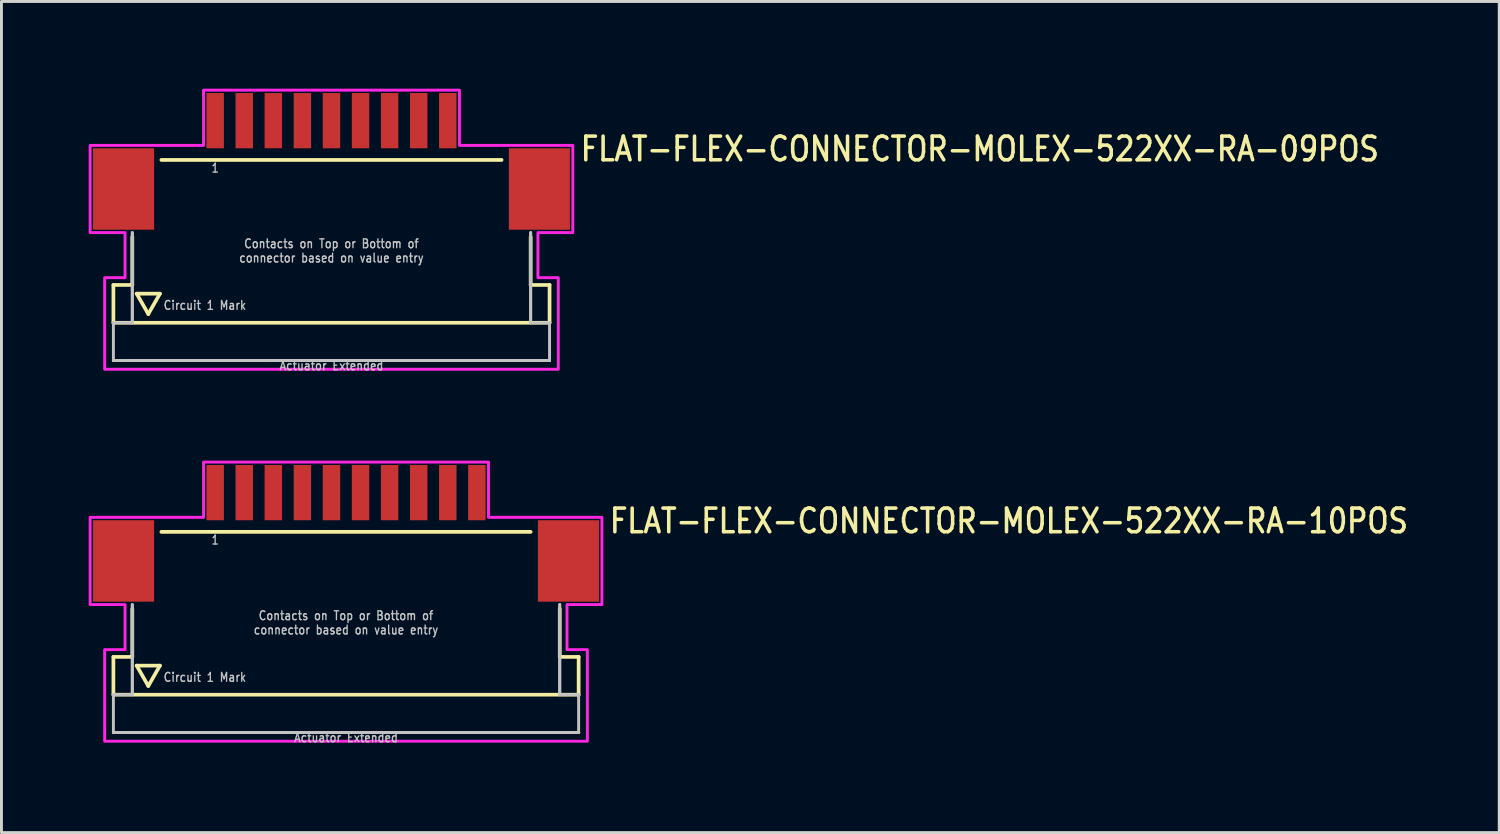
<source format=kicad_pcb>
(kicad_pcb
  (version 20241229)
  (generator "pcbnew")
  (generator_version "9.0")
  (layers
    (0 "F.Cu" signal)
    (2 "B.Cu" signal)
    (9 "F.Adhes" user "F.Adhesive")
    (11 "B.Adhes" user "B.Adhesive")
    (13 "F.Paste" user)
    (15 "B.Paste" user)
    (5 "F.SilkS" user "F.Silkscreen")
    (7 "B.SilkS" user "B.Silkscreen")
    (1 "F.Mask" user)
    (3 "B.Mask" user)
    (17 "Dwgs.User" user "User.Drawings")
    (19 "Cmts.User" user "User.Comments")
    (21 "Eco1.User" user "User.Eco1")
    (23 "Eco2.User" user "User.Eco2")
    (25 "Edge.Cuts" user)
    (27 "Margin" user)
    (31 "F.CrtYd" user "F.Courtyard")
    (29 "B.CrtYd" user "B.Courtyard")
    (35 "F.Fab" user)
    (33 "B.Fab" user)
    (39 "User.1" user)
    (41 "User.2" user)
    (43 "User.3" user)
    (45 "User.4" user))
  (footprint "FLAT-FLEX-CONNECTOR-MOLEX-522XX-RA-09POS"
    (layer "F.Cu")
    (at 8.35 2.05)
    (property "Reference" "FLAT-FLEX-CONNECTOR-MOLEX-522XX-RA-09POS" (at 8.5 0.5 0) (unlocked yes) (layer "F.SilkS") (effects (font (size 0.813 0.695) (thickness 0.122)) (justify left bottom)))
    (fp_line (start -7.5 4.7) (end -7.5 6) (stroke (width 0.127) (type solid)) (layer "F.SilkS"))
    (fp_line (start -7.5 6) (end 7.5 6) (stroke (width 0.127) (type solid)) (layer "F.SilkS"))
    (fp_line (start -6.85 3.05) (end -6.85 4.7) (stroke (width 0.127) (type solid)) (layer "F.SilkS"))
    (fp_line (start -6.85 4.7) (end -7.5 4.7) (stroke (width 0.127) (type solid)) (layer "F.SilkS"))
    (fp_line (start -6.7 5) (end -5.9 5) (stroke (width 0.127) (type solid)) (layer "F.SilkS"))
    (fp_line (start -6.3 5.7) (end -6.7 5) (stroke (width 0.127) (type solid)) (layer "F.SilkS"))
    (fp_line (start -5.9 5) (end -6.3 5.7) (stroke (width 0.127) (type solid)) (layer "F.SilkS"))
    (fp_line (start -5.85 0.4) (end 5.85 0.4) (stroke (width 0.127) (type solid)) (layer "F.SilkS"))
    (fp_line (start 6.85 3.05) (end 6.85 4.7) (stroke (width 0.127) (type solid)) (layer "F.SilkS"))
    (fp_line (start 7.5 4.7) (end 6.85 4.7) (stroke (width 0.127) (type solid)) (layer "F.SilkS"))
    (fp_line (start 7.5 6) (end 7.5 4.7) (stroke (width 0.127) (type solid)) (layer "F.SilkS"))
    (fp_line (start -7.5 6) (end -7.5 7.3) (stroke (width 0.1) (type solid)) (layer "Dwgs.User"))
    (fp_line (start -7.5 7.3) (end 7.5 7.3) (stroke (width 0.1) (type solid)) (layer "Dwgs.User"))
    (fp_line (start -7.5 7.3) (end 7.5 7.3) (stroke (width 0.1) (type solid)) (layer "Dwgs.User"))
    (fp_line (start -7.5 7.3) (end 7.5 7.3) (stroke (width 0.1) (type solid)) (layer "Dwgs.User"))
    (fp_line (start -7.5 7.3) (end 7.5 7.3) (stroke (width 0.1) (type solid)) (layer "Dwgs.User"))
    (fp_line (start -7.5 7.3) (end 7.5 7.3) (stroke (width 0.1) (type solid)) (layer "Dwgs.User"))
    (fp_line (start -7.5 7.3) (end 7.5 7.3) (stroke (width 0.1) (type solid)) (layer "Dwgs.User"))
    (fp_line (start -7.5 7.3) (end 7.5 7.3) (stroke (width 0.1) (type solid)) (layer "Dwgs.User"))
    (fp_line (start -7.5 7.3) (end 7.5 7.3) (stroke (width 0.1) (type solid)) (layer "Dwgs.User"))
    (fp_line (start -6.85 2.9) (end -6.85 6) (stroke (width 0.1) (type solid)) (layer "Dwgs.User"))
    (fp_line (start -6.85 2.9) (end -6.85 6) (stroke (width 0.1) (type solid)) (layer "Dwgs.User"))
    (fp_line (start -6.85 6) (end -7.5 6) (stroke (width 0.1) (type solid)) (layer "Dwgs.User"))
    (fp_line (start 6.85 2.9) (end 6.85 6) (stroke (width 0.1) (type solid)) (layer "Dwgs.User"))
    (fp_line (start 6.85 2.9) (end 6.85 6) (stroke (width 0.1) (type solid)) (layer "Dwgs.User"))
    (fp_line (start 7.5 6) (end 6.85 6) (stroke (width 0.1) (type solid)) (layer "Dwgs.User"))
    (fp_line (start 7.5 7.3) (end 7.5 6) (stroke (width 0.1) (type solid)) (layer "Dwgs.User"))
    (fp_poly (pts (xy -8.3 2.9) (xy -8.3 -0.1) (xy -4.4 -0.1) (xy -4.4 -2) (xy 4.4 -2) (xy 4.4 -0.1) (xy 8.3 -0.1) (xy 8.3 2.9) (xy 7.1 2.9) (xy 7.1 4.45) (xy 7.8 4.45) (xy 7.8 7.6) (xy -7.8 7.6) (xy -7.8 4.45) (xy -7.1 4.45) (xy -7.1 2.9)) (stroke (width 0.1) (type solid)) (fill no) (layer "F.CrtYd"))
    (fp_text user "1" (at -4 0.5 0) (unlocked yes) (layer "Dwgs.User") (effects (font (size 0.305 0.261) (thickness 0.046)) (justify top)))
    (fp_text user "Actuator Extended" (at 0 7.3 0) (unlocked yes) (layer "Dwgs.User") (effects (font (size 0.305 0.261) (thickness 0.046)) (justify top)))
    (fp_text user "Contacts on Top or Bottom of\nconnector based on value entry" (at 0 3.95 0) (unlocked yes) (layer "Dwgs.User") (effects (font (size 0.305 0.261) (thickness 0.046)) (justify bottom)))
    (fp_text user "Circuit 1 Mark" (at -5.8 5.4 0) (unlocked yes) (layer "Dwgs.User") (effects (font (size 0.305 0.261) (thickness 0.046)) (justify left)))
    (pad "1" smd rect (at -4 -0.95) (size 0.6 1.9) (layers "F.Cu" "F.Mask" "F.Paste"))
    (pad "2" smd rect (at -3 -0.95) (size 0.6 1.9) (layers "F.Cu" "F.Mask" "F.Paste"))
    (pad "3" smd rect (at -2 -0.95) (size 0.6 1.9) (layers "F.Cu" "F.Mask" "F.Paste"))
    (pad "4" smd rect (at -1 -0.95) (size 0.6 1.9) (layers "F.Cu" "F.Mask" "F.Paste"))
    (pad "5" smd rect (at 0 -0.95) (size 0.6 1.9) (layers "F.Cu" "F.Mask" "F.Paste"))
    (pad "6" smd rect (at 1 -0.95) (size 0.6 1.9) (layers "F.Cu" "F.Mask" "F.Paste"))
    (pad "7" smd rect (at 2 -0.95) (size 0.6 1.9) (layers "F.Cu" "F.Mask" "F.Paste"))
    (pad "8" smd rect (at 3 -0.95) (size 0.6 1.9) (layers "F.Cu" "F.Mask" "F.Paste"))
    (pad "9" smd rect (at 4 -0.95) (size 0.6 1.9) (layers "F.Cu" "F.Mask" "F.Paste"))
    (pad "M1" smd rect (at -7.15 1.4) (size 2.1 2.8) (layers "F.Cu" "F.Mask" "F.Paste"))
    (pad "M2" smd rect (at 7.15 1.4) (size 2.1 2.8) (layers "F.Cu" "F.Mask" "F.Paste")))
  (footprint "FLAT-FLEX-CONNECTOR-MOLEX-522XX-RA-10POS"
    (layer "F.Cu")
    (at 8.85 14.842)
    (property "Reference" "FLAT-FLEX-CONNECTOR-MOLEX-522XX-RA-10POS" (at 9 0.5 0) (unlocked yes) (layer "F.SilkS") (effects (font (size 0.813 0.695) (thickness 0.122)) (justify left bottom)))
    (fp_line (start -8 4.7) (end -8 6) (stroke (width 0.127) (type solid)) (layer "F.SilkS"))
    (fp_line (start -8 6) (end 8 6) (stroke (width 0.127) (type solid)) (layer "F.SilkS"))
    (fp_line (start -7.35 3.05) (end -7.35 4.7) (stroke (width 0.127) (type solid)) (layer "F.SilkS"))
    (fp_line (start -7.35 4.7) (end -8 4.7) (stroke (width 0.127) (type solid)) (layer "F.SilkS"))
    (fp_line (start -7.2 5) (end -6.4 5) (stroke (width 0.127) (type solid)) (layer "F.SilkS"))
    (fp_line (start -6.8 5.7) (end -7.2 5) (stroke (width 0.127) (type solid)) (layer "F.SilkS"))
    (fp_line (start -6.4 5) (end -6.8 5.7) (stroke (width 0.127) (type solid)) (layer "F.SilkS"))
    (fp_line (start -6.35 0.4) (end 6.35 0.4) (stroke (width 0.127) (type solid)) (layer "F.SilkS"))
    (fp_line (start 7.35 3.05) (end 7.35 4.7) (stroke (width 0.127) (type solid)) (layer "F.SilkS"))
    (fp_line (start 8 4.7) (end 7.35 4.7) (stroke (width 0.127) (type solid)) (layer "F.SilkS"))
    (fp_line (start 8 6) (end 8 4.7) (stroke (width 0.127) (type solid)) (layer "F.SilkS"))
    (fp_line (start -8 6) (end -8 7.3) (stroke (width 0.1) (type solid)) (layer "Dwgs.User"))
    (fp_line (start -8 7.3) (end 8 7.3) (stroke (width 0.1) (type solid)) (layer "Dwgs.User"))
    (fp_line (start -8 7.3) (end 8 7.3) (stroke (width 0.1) (type solid)) (layer "Dwgs.User"))
    (fp_line (start -8 7.3) (end 8 7.3) (stroke (width 0.1) (type solid)) (layer "Dwgs.User"))
    (fp_line (start -8 7.3) (end 8 7.3) (stroke (width 0.1) (type solid)) (layer "Dwgs.User"))
    (fp_line (start -8 7.3) (end 8 7.3) (stroke (width 0.1) (type solid)) (layer "Dwgs.User"))
    (fp_line (start -8 7.3) (end 8 7.3) (stroke (width 0.1) (type solid)) (layer "Dwgs.User"))
    (fp_line (start -8 7.3) (end 8 7.3) (stroke (width 0.1) (type solid)) (layer "Dwgs.User"))
    (fp_line (start -8 7.3) (end 8 7.3) (stroke (width 0.1) (type solid)) (layer "Dwgs.User"))
    (fp_line (start -7.35 2.9) (end -7.35 6) (stroke (width 0.1) (type solid)) (layer "Dwgs.User"))
    (fp_line (start -7.35 2.9) (end -7.35 6) (stroke (width 0.1) (type solid)) (layer "Dwgs.User"))
    (fp_line (start -7.35 6) (end -8 6) (stroke (width 0.1) (type solid)) (layer "Dwgs.User"))
    (fp_line (start 7.35 2.9) (end 7.35 6) (stroke (width 0.1) (type solid)) (layer "Dwgs.User"))
    (fp_line (start 7.35 2.9) (end 7.35 6) (stroke (width 0.1) (type solid)) (layer "Dwgs.User"))
    (fp_line (start 8 6) (end 7.35 6) (stroke (width 0.1) (type solid)) (layer "Dwgs.User"))
    (fp_line (start 8 7.3) (end 8 6) (stroke (width 0.1) (type solid)) (layer "Dwgs.User"))
    (fp_poly (pts (xy -8.8 2.9) (xy -8.8 -0.1) (xy -4.9 -0.1) (xy -4.9 -2) (xy 4.9 -2) (xy 4.9 -0.1) (xy 8.8 -0.1) (xy 8.8 2.9) (xy 7.6 2.9) (xy 7.6 4.45) (xy 8.3 4.45) (xy 8.3 7.6) (xy -8.3 7.6) (xy -8.3 4.45) (xy -7.6 4.45) (xy -7.6 2.9)) (stroke (width 0.1) (type solid)) (fill no) (layer "F.CrtYd"))
    (fp_text user "Circuit 1 Mark" (at -6.3 5.4 0) (unlocked yes) (layer "Dwgs.User") (effects (font (size 0.305 0.261) (thickness 0.046)) (justify left)))
    (fp_text user "Actuator Extended" (at 0 7.3 0) (unlocked yes) (layer "Dwgs.User") (effects (font (size 0.305 0.261) (thickness 0.046)) (justify top)))
    (fp_text user "1" (at -4.5 0.5 0) (unlocked yes) (layer "Dwgs.User") (effects (font (size 0.305 0.261) (thickness 0.046)) (justify top)))
    (fp_text user "Contacts on Top or Bottom of\nconnector based on value entry" (at 0 3.95 0) (unlocked yes) (layer "Dwgs.User") (effects (font (size 0.305 0.261) (thickness 0.046)) (justify bottom)))
    (pad "1" smd rect (at -4.5 -0.95) (size 0.6 1.9) (layers "F.Cu" "F.Mask" "F.Paste"))
    (pad "2" smd rect (at -3.5 -0.95) (size 0.6 1.9) (layers "F.Cu" "F.Mask" "F.Paste"))
    (pad "3" smd rect (at -2.5 -0.95) (size 0.6 1.9) (layers "F.Cu" "F.Mask" "F.Paste"))
    (pad "4" smd rect (at -1.5 -0.95) (size 0.6 1.9) (layers "F.Cu" "F.Mask" "F.Paste"))
    (pad "5" smd rect (at -0.5 -0.95) (size 0.6 1.9) (layers "F.Cu" "F.Mask" "F.Paste"))
    (pad "6" smd rect (at 0.5 -0.95) (size 0.6 1.9) (layers "F.Cu" "F.Mask" "F.Paste"))
    (pad "7" smd rect (at 1.5 -0.95) (size 0.6 1.9) (layers "F.Cu" "F.Mask" "F.Paste"))
    (pad "8" smd rect (at 2.5 -0.95) (size 0.6 1.9) (layers "F.Cu" "F.Mask" "F.Paste"))
    (pad "9" smd rect (at 3.5 -0.95) (size 0.6 1.9) (layers "F.Cu" "F.Mask" "F.Paste"))
    (pad "10" smd rect (at 4.5 -0.95) (size 0.6 1.9) (layers "F.Cu" "F.Mask" "F.Paste"))
    (pad "M1" smd rect (at -7.65 1.4) (size 2.1 2.8) (layers "F.Cu" "F.Mask" "F.Paste"))
    (pad "M2" smd rect (at 7.65 1.4) (size 2.1 2.8) (layers "F.Cu" "F.Mask" "F.Paste")))
  (gr_rect
    (start -3 -3)
    (end 48.511 25.584)
    (stroke (width 0.1) (type default))
    (fill no)
    (layer "Edge.Cuts")))
</source>
